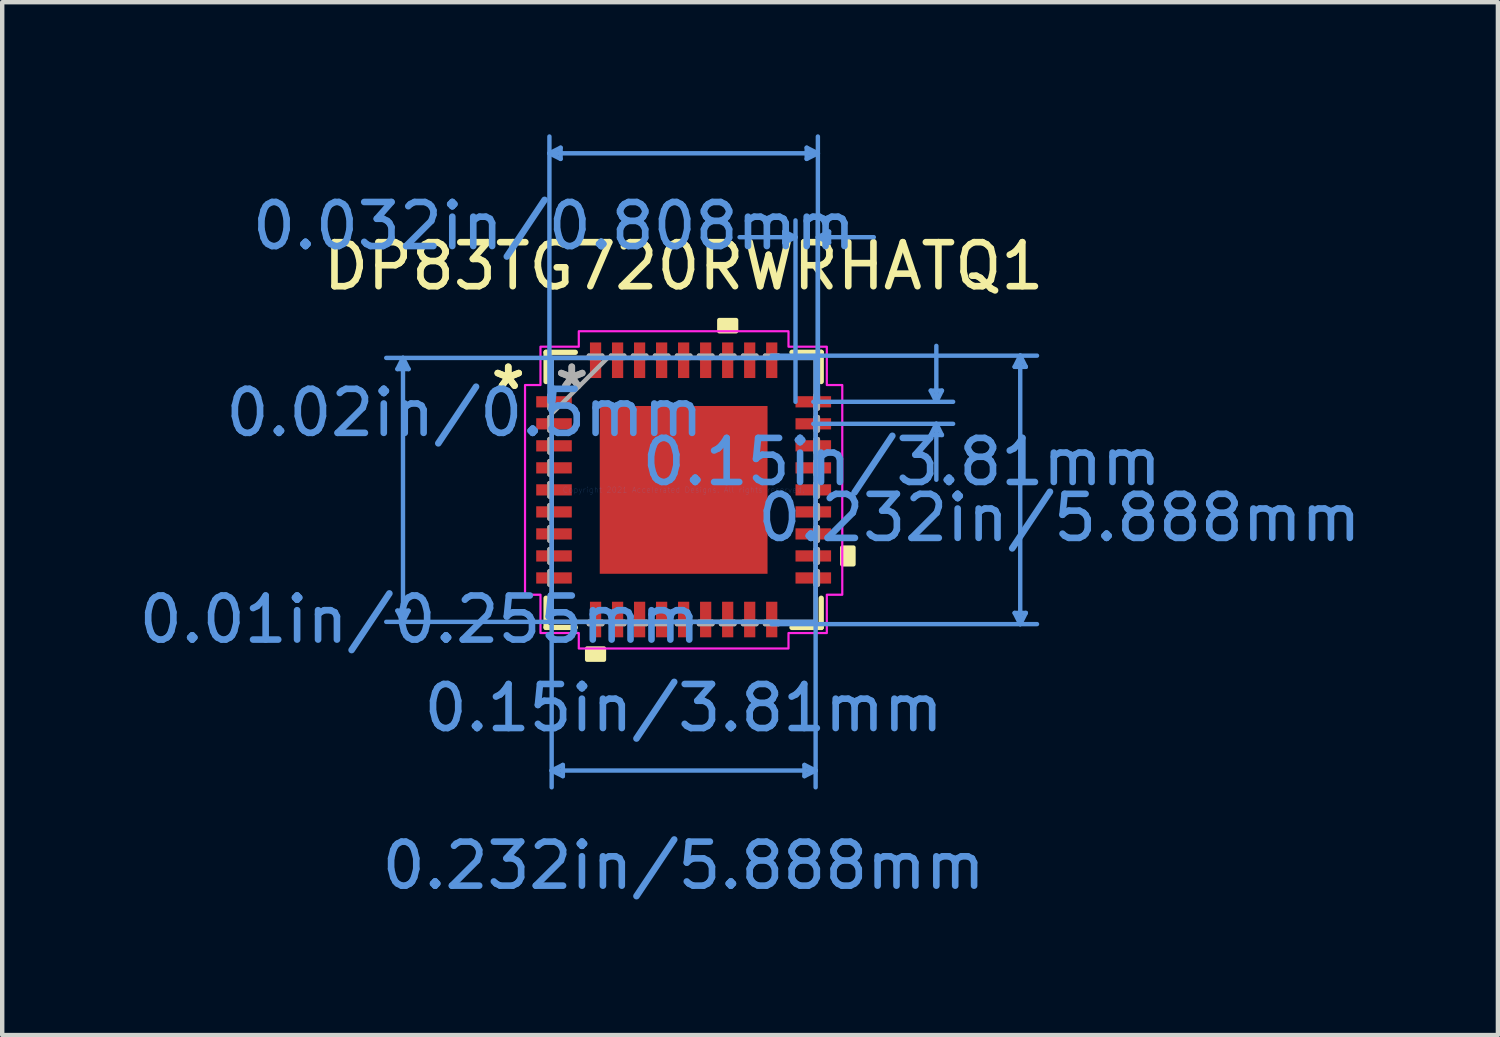
<source format=kicad_pcb>
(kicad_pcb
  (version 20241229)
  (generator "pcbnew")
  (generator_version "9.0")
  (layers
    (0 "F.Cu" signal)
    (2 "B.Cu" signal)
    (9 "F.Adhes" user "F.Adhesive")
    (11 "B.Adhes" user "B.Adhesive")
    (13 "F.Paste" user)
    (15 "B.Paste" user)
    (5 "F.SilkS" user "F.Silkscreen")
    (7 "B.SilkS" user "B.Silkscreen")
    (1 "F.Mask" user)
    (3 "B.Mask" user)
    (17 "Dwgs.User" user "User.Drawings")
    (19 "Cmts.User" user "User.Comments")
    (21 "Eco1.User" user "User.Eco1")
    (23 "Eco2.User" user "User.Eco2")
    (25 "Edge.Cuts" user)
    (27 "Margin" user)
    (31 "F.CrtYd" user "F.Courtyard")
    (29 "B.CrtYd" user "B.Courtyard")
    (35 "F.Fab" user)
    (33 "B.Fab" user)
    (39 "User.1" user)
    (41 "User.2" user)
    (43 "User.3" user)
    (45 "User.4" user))
  (footprint "DP83TG720RWRHATQ1"
    (layer "F.Cu")
    (at 12.474 8.074)
    (property "Reference" "DP83TG720RWRHATQ1" (at 0 -5.08 0) (layer "F.SilkS") (effects (font (size 1 1) (thickness 0.15))))
    (attr smd)
    (fp_line (start -3.124 -3.124) (end -3.124 -2.46) (stroke (width 0.12) (type solid)) (layer "F.SilkS"))
    (fp_line (start -3.124 2.46) (end -3.124 3.124) (stroke (width 0.12) (type solid)) (layer "F.SilkS"))
    (fp_line (start -3.124 3.124) (end -2.46 3.124) (stroke (width 0.12) (type solid)) (layer "F.SilkS"))
    (fp_line (start -2.46 -3.124) (end -3.124 -3.124) (stroke (width 0.12) (type solid)) (layer "F.SilkS"))
    (fp_line (start 2.46 3.124) (end 3.124 3.124) (stroke (width 0.12) (type solid)) (layer "F.SilkS"))
    (fp_line (start 3.124 -3.124) (end 2.46 -3.124) (stroke (width 0.12) (type solid)) (layer "F.SilkS"))
    (fp_line (start 3.124 -2.46) (end 3.124 -3.124) (stroke (width 0.12) (type solid)) (layer "F.SilkS"))
    (fp_line (start 3.124 3.124) (end 3.124 2.46) (stroke (width 0.12) (type solid)) (layer "F.SilkS"))
    (fp_poly (pts (xy -2.191 3.602) (xy -2.191 3.856) (xy -1.81 3.856) (xy -1.81 3.602)) (stroke (width 0.1) (type solid)) (fill yes) (layer "F.SilkS"))
    (fp_poly (pts (xy 0.81 -3.602) (xy 0.81 -3.856) (xy 1.191 -3.856) (xy 1.191 -3.602)) (stroke (width 0.1) (type solid)) (fill yes) (layer "F.SilkS"))
    (fp_poly (pts (xy 3.856 1.31) (xy 3.856 1.69) (xy 3.602 1.69) (xy 3.602 1.31)) (stroke (width 0.1) (type solid)) (fill yes) (layer "F.SilkS"))
    (fp_poly (pts (xy -1.805 -1.805) (xy -1.805 -0.735) (xy -0.735 -0.735) (xy -0.735 -1.805)) (stroke (width 0.1) (type solid)) (fill yes) (layer "F.Paste"))
    (fp_poly (pts (xy -1.805 -0.535) (xy -1.805 0.535) (xy -0.735 0.535) (xy -0.735 -0.535)) (stroke (width 0.1) (type solid)) (fill yes) (layer "F.Paste"))
    (fp_poly (pts (xy -1.805 0.735) (xy -1.805 1.805) (xy -0.735 1.805) (xy -0.735 0.735)) (stroke (width 0.1) (type solid)) (fill yes) (layer "F.Paste"))
    (fp_poly (pts (xy -0.535 -1.805) (xy -0.535 -0.735) (xy 0.535 -0.735) (xy 0.535 -1.805)) (stroke (width 0.1) (type solid)) (fill yes) (layer "F.Paste"))
    (fp_poly (pts (xy -0.535 -0.535) (xy -0.535 0.535) (xy 0.535 0.535) (xy 0.535 -0.535)) (stroke (width 0.1) (type solid)) (fill yes) (layer "F.Paste"))
    (fp_poly (pts (xy -0.535 0.735) (xy -0.535 1.805) (xy 0.535 1.805) (xy 0.535 0.735)) (stroke (width 0.1) (type solid)) (fill yes) (layer "F.Paste"))
    (fp_poly (pts (xy 0.735 -1.805) (xy 0.735 -0.735) (xy 1.805 -0.735) (xy 1.805 -1.805)) (stroke (width 0.1) (type solid)) (fill yes) (layer "F.Paste"))
    (fp_poly (pts (xy 0.735 -0.535) (xy 0.735 0.535) (xy 1.805 0.535) (xy 1.805 -0.535)) (stroke (width 0.1) (type solid)) (fill yes) (layer "F.Paste"))
    (fp_poly (pts (xy 0.735 0.735) (xy 0.735 1.805) (xy 1.805 1.805) (xy 1.805 0.735)) (stroke (width 0.1) (type solid)) (fill yes) (layer "F.Paste"))
    (fp_line (start -6.5 -2.743) (end -6.246 -2.743) (stroke (width 0.1) (type solid)) (layer "Cmts.User"))
    (fp_line (start -6.5 2.743) (end -6.246 2.743) (stroke (width 0.1) (type solid)) (layer "Cmts.User"))
    (fp_line (start -6.373 -2.997) (end -6.5 -2.743) (stroke (width 0.1) (type solid)) (layer "Cmts.User"))
    (fp_line (start -6.373 -2.997) (end -6.373 2.997) (stroke (width 0.1) (type solid)) (layer "Cmts.User"))
    (fp_line (start -6.373 -2.997) (end -6.246 -2.743) (stroke (width 0.1) (type solid)) (layer "Cmts.User"))
    (fp_line (start -6.373 2.997) (end -6.5 2.743) (stroke (width 0.1) (type solid)) (layer "Cmts.User"))
    (fp_line (start -6.373 2.997) (end -6.246 2.743) (stroke (width 0.1) (type solid)) (layer "Cmts.User"))
    (fp_line (start -3.048 -7.643) (end -2.794 -7.77) (stroke (width 0.1) (type solid)) (layer "Cmts.User"))
    (fp_line (start -3.048 -7.643) (end -2.794 -7.516) (stroke (width 0.1) (type solid)) (layer "Cmts.User"))
    (fp_line (start -3.048 -7.643) (end 3.048 -7.643) (stroke (width 0.1) (type solid)) (layer "Cmts.User"))
    (fp_line (start -3.048 -2) (end -3.048 -8.024) (stroke (width 0.1) (type solid)) (layer "Cmts.User"))
    (fp_line (start -2.997 -2.997) (end -2.997 6.754) (stroke (width 0.1) (type solid)) (layer "Cmts.User"))
    (fp_line (start -2.997 6.373) (end -2.743 6.246) (stroke (width 0.1) (type solid)) (layer "Cmts.User"))
    (fp_line (start -2.997 6.373) (end -2.743 6.5) (stroke (width 0.1) (type solid)) (layer "Cmts.User"))
    (fp_line (start -2.997 6.373) (end 2.997 6.373) (stroke (width 0.1) (type solid)) (layer "Cmts.User"))
    (fp_line (start -2.794 -7.77) (end -2.794 -7.516) (stroke (width 0.1) (type solid)) (layer "Cmts.User"))
    (fp_line (start -2.743 6.246) (end -2.743 6.5) (stroke (width 0.1) (type solid)) (layer "Cmts.User"))
    (fp_line (start 2 -3.048) (end 8.024 -3.048) (stroke (width 0.1) (type solid)) (layer "Cmts.User"))
    (fp_line (start 2 3.048) (end 8.024 3.048) (stroke (width 0.1) (type solid)) (layer "Cmts.User"))
    (fp_line (start 2.286 -5.865) (end 2.286 -5.611) (stroke (width 0.1) (type solid)) (layer "Cmts.User"))
    (fp_line (start 2.54 -5.738) (end 1.27 -5.738) (stroke (width 0.1) (type solid)) (layer "Cmts.User"))
    (fp_line (start 2.54 -5.738) (end 2.286 -5.865) (stroke (width 0.1) (type solid)) (layer "Cmts.User"))
    (fp_line (start 2.54 -5.738) (end 2.286 -5.611) (stroke (width 0.1) (type solid)) (layer "Cmts.User"))
    (fp_line (start 2.54 -2) (end 2.54 -6.119) (stroke (width 0.1) (type solid)) (layer "Cmts.User"))
    (fp_line (start 2.743 6.246) (end 2.743 6.5) (stroke (width 0.1) (type solid)) (layer "Cmts.User"))
    (fp_line (start 2.794 -7.77) (end 2.794 -7.516) (stroke (width 0.1) (type solid)) (layer "Cmts.User"))
    (fp_line (start 2.944 -2) (end 6.119 -2) (stroke (width 0.1) (type solid)) (layer "Cmts.User"))
    (fp_line (start 2.944 -1.5) (end 6.119 -1.5) (stroke (width 0.1) (type solid)) (layer "Cmts.User"))
    (fp_line (start 2.997 -2.997) (end -6.754 -2.997) (stroke (width 0.1) (type solid)) (layer "Cmts.User"))
    (fp_line (start 2.997 -2.997) (end 2.997 6.754) (stroke (width 0.1) (type solid)) (layer "Cmts.User"))
    (fp_line (start 2.997 2.997) (end -6.754 2.997) (stroke (width 0.1) (type solid)) (layer "Cmts.User"))
    (fp_line (start 2.997 6.373) (end 2.743 6.246) (stroke (width 0.1) (type solid)) (layer "Cmts.User"))
    (fp_line (start 2.997 6.373) (end 2.743 6.5) (stroke (width 0.1) (type solid)) (layer "Cmts.User"))
    (fp_line (start 3.048 -7.643) (end 2.794 -7.77) (stroke (width 0.1) (type solid)) (layer "Cmts.User"))
    (fp_line (start 3.048 -7.643) (end 2.794 -7.516) (stroke (width 0.1) (type solid)) (layer "Cmts.User"))
    (fp_line (start 3.048 -5.738) (end 3.302 -5.865) (stroke (width 0.1) (type solid)) (layer "Cmts.User"))
    (fp_line (start 3.048 -5.738) (end 3.302 -5.611) (stroke (width 0.1) (type solid)) (layer "Cmts.User"))
    (fp_line (start 3.048 -5.738) (end 4.318 -5.738) (stroke (width 0.1) (type solid)) (layer "Cmts.User"))
    (fp_line (start 3.048 -2) (end 3.048 -8.024) (stroke (width 0.1) (type solid)) (layer "Cmts.User"))
    (fp_line (start 3.048 -2) (end 3.048 -6.119) (stroke (width 0.1) (type solid)) (layer "Cmts.User"))
    (fp_line (start 3.302 -5.865) (end 3.302 -5.611) (stroke (width 0.1) (type solid)) (layer "Cmts.User"))
    (fp_line (start 5.611 -2.254) (end 5.865 -2.254) (stroke (width 0.1) (type solid)) (layer "Cmts.User"))
    (fp_line (start 5.611 -1.246) (end 5.865 -1.246) (stroke (width 0.1) (type solid)) (layer "Cmts.User"))
    (fp_line (start 5.738 -2) (end 5.611 -2.254) (stroke (width 0.1) (type solid)) (layer "Cmts.User"))
    (fp_line (start 5.738 -2) (end 5.738 -3.27) (stroke (width 0.1) (type solid)) (layer "Cmts.User"))
    (fp_line (start 5.738 -2) (end 5.865 -2.254) (stroke (width 0.1) (type solid)) (layer "Cmts.User"))
    (fp_line (start 5.738 -1.5) (end 5.611 -1.246) (stroke (width 0.1) (type solid)) (layer "Cmts.User"))
    (fp_line (start 5.738 -1.5) (end 5.738 -0.23) (stroke (width 0.1) (type solid)) (layer "Cmts.User"))
    (fp_line (start 5.738 -1.5) (end 5.865 -1.246) (stroke (width 0.1) (type solid)) (layer "Cmts.User"))
    (fp_line (start 7.516 -2.794) (end 7.77 -2.794) (stroke (width 0.1) (type solid)) (layer "Cmts.User"))
    (fp_line (start 7.516 2.794) (end 7.77 2.794) (stroke (width 0.1) (type solid)) (layer "Cmts.User"))
    (fp_line (start 7.643 -3.048) (end 7.516 -2.794) (stroke (width 0.1) (type solid)) (layer "Cmts.User"))
    (fp_line (start 7.643 -3.048) (end 7.643 3.048) (stroke (width 0.1) (type solid)) (layer "Cmts.User"))
    (fp_line (start 7.643 -3.048) (end 7.77 -2.794) (stroke (width 0.1) (type solid)) (layer "Cmts.User"))
    (fp_line (start 7.643 3.048) (end 7.516 2.794) (stroke (width 0.1) (type solid)) (layer "Cmts.User"))
    (fp_line (start 7.643 3.048) (end 7.77 2.794) (stroke (width 0.1) (type solid)) (layer "Cmts.User"))
    (fp_poly (pts (xy -2.381 -3.602) (xy 2.381 -3.602) (xy 2.381 -3.251) (xy 3.251 -3.251) (xy 3.251 -2.381) (xy 3.602 -2.381) (xy 3.602 2.381) (xy 3.251 2.381) (xy 3.251 3.251) (xy 2.381 3.251) (xy 2.381 3.602) (xy -2.381 3.602) (xy -2.381 3.251) (xy -3.251 3.251) (xy -3.251 2.381) (xy -3.602 2.381) (xy -3.602 -2.381) (xy -3.251 -2.381) (xy -3.251 -3.251) (xy -2.381 -3.251)) (stroke (width 0.05) (type solid)) (fill no) (layer "F.CrtYd"))
    (fp_line (start -3.048 -2.152) (end -3.048 -1.848) (stroke (width 0.1) (type solid)) (layer "F.Fab"))
    (fp_line (start -3.048 -1.848) (end -2.997 -1.848) (stroke (width 0.1) (type solid)) (layer "F.Fab"))
    (fp_line (start -3.048 -1.652) (end -3.048 -1.348) (stroke (width 0.1) (type solid)) (layer "F.Fab"))
    (fp_line (start -3.048 -1.348) (end -2.997 -1.348) (stroke (width 0.1) (type solid)) (layer "F.Fab"))
    (fp_line (start -3.048 -1.152) (end -3.048 -0.848) (stroke (width 0.1) (type solid)) (layer "F.Fab"))
    (fp_line (start -3.048 -0.848) (end -2.997 -0.848) (stroke (width 0.1) (type solid)) (layer "F.Fab"))
    (fp_line (start -3.048 -0.652) (end -3.048 -0.348) (stroke (width 0.1) (type solid)) (layer "F.Fab"))
    (fp_line (start -3.048 -0.348) (end -2.997 -0.348) (stroke (width 0.1) (type solid)) (layer "F.Fab"))
    (fp_line (start -3.048 -0.152) (end -3.048 0.152) (stroke (width 0.1) (type solid)) (layer "F.Fab"))
    (fp_line (start -3.048 0.152) (end -2.997 0.152) (stroke (width 0.1) (type solid)) (layer "F.Fab"))
    (fp_line (start -3.048 0.348) (end -3.048 0.652) (stroke (width 0.1) (type solid)) (layer "F.Fab"))
    (fp_line (start -3.048 0.652) (end -2.997 0.652) (stroke (width 0.1) (type solid)) (layer "F.Fab"))
    (fp_line (start -3.048 0.848) (end -3.048 1.152) (stroke (width 0.1) (type solid)) (layer "F.Fab"))
    (fp_line (start -3.048 1.152) (end -2.997 1.152) (stroke (width 0.1) (type solid)) (layer "F.Fab"))
    (fp_line (start -3.048 1.348) (end -3.048 1.652) (stroke (width 0.1) (type solid)) (layer "F.Fab"))
    (fp_line (start -3.048 1.652) (end -2.997 1.652) (stroke (width 0.1) (type solid)) (layer "F.Fab"))
    (fp_line (start -3.048 1.848) (end -3.048 2.152) (stroke (width 0.1) (type solid)) (layer "F.Fab"))
    (fp_line (start -3.048 2.152) (end -2.997 2.152) (stroke (width 0.1) (type solid)) (layer "F.Fab"))
    (fp_line (start -2.997 -2.997) (end -2.997 -2.997) (stroke (width 0.1) (type solid)) (layer "F.Fab"))
    (fp_line (start -2.997 -2.997) (end -2.997 2.997) (stroke (width 0.1) (type solid)) (layer "F.Fab"))
    (fp_line (start -2.997 -2.152) (end -3.048 -2.152) (stroke (width 0.1) (type solid)) (layer "F.Fab"))
    (fp_line (start -2.997 -1.848) (end -2.997 -2.152) (stroke (width 0.1) (type solid)) (layer "F.Fab"))
    (fp_line (start -2.997 -1.727) (end -1.727 -2.997) (stroke (width 0.1) (type solid)) (layer "F.Fab"))
    (fp_line (start -2.997 -1.652) (end -3.048 -1.652) (stroke (width 0.1) (type solid)) (layer "F.Fab"))
    (fp_line (start -2.997 -1.348) (end -2.997 -1.652) (stroke (width 0.1) (type solid)) (layer "F.Fab"))
    (fp_line (start -2.997 -1.152) (end -3.048 -1.152) (stroke (width 0.1) (type solid)) (layer "F.Fab"))
    (fp_line (start -2.997 -0.848) (end -2.997 -1.152) (stroke (width 0.1) (type solid)) (layer "F.Fab"))
    (fp_line (start -2.997 -0.652) (end -3.048 -0.652) (stroke (width 0.1) (type solid)) (layer "F.Fab"))
    (fp_line (start -2.997 -0.348) (end -2.997 -0.652) (stroke (width 0.1) (type solid)) (layer "F.Fab"))
    (fp_line (start -2.997 -0.152) (end -3.048 -0.152) (stroke (width 0.1) (type solid)) (layer "F.Fab"))
    (fp_line (start -2.997 0.152) (end -2.997 -0.152) (stroke (width 0.1) (type solid)) (layer "F.Fab"))
    (fp_line (start -2.997 0.348) (end -3.048 0.348) (stroke (width 0.1) (type solid)) (layer "F.Fab"))
    (fp_line (start -2.997 0.652) (end -2.997 0.348) (stroke (width 0.1) (type solid)) (layer "F.Fab"))
    (fp_line (start -2.997 0.848) (end -3.048 0.848) (stroke (width 0.1) (type solid)) (layer "F.Fab"))
    (fp_line (start -2.997 1.152) (end -2.997 0.848) (stroke (width 0.1) (type solid)) (layer "F.Fab"))
    (fp_line (start -2.997 1.348) (end -3.048 1.348) (stroke (width 0.1) (type solid)) (layer "F.Fab"))
    (fp_line (start -2.997 1.652) (end -2.997 1.348) (stroke (width 0.1) (type solid)) (layer "F.Fab"))
    (fp_line (start -2.997 1.848) (end -3.048 1.848) (stroke (width 0.1) (type solid)) (layer "F.Fab"))
    (fp_line (start -2.997 2.152) (end -2.997 1.848) (stroke (width 0.1) (type solid)) (layer "F.Fab"))
    (fp_line (start -2.997 2.997) (end -2.997 2.997) (stroke (width 0.1) (type solid)) (layer "F.Fab"))
    (fp_line (start -2.997 2.997) (end 2.997 2.997) (stroke (width 0.1) (type solid)) (layer "F.Fab"))
    (fp_line (start -2.152 -3.048) (end -2.152 -2.997) (stroke (width 0.1) (type solid)) (layer "F.Fab"))
    (fp_line (start -2.152 -2.997) (end -1.848 -2.997) (stroke (width 0.1) (type solid)) (layer "F.Fab"))
    (fp_line (start -2.152 2.997) (end -2.152 3.048) (stroke (width 0.1) (type solid)) (layer "F.Fab"))
    (fp_line (start -2.152 3.048) (end -1.848 3.048) (stroke (width 0.1) (type solid)) (layer "F.Fab"))
    (fp_line (start -1.848 -3.048) (end -2.152 -3.048) (stroke (width 0.1) (type solid)) (layer "F.Fab"))
    (fp_line (start -1.848 -2.997) (end -1.848 -3.048) (stroke (width 0.1) (type solid)) (layer "F.Fab"))
    (fp_line (start -1.848 2.997) (end -2.152 2.997) (stroke (width 0.1) (type solid)) (layer "F.Fab"))
    (fp_line (start -1.848 3.048) (end -1.848 2.997) (stroke (width 0.1) (type solid)) (layer "F.Fab"))
    (fp_line (start -1.652 -3.048) (end -1.652 -2.997) (stroke (width 0.1) (type solid)) (layer "F.Fab"))
    (fp_line (start -1.652 -2.997) (end -1.348 -2.997) (stroke (width 0.1) (type solid)) (layer "F.Fab"))
    (fp_line (start -1.652 2.997) (end -1.652 3.048) (stroke (width 0.1) (type solid)) (layer "F.Fab"))
    (fp_line (start -1.652 3.048) (end -1.348 3.048) (stroke (width 0.1) (type solid)) (layer "F.Fab"))
    (fp_line (start -1.348 -3.048) (end -1.652 -3.048) (stroke (width 0.1) (type solid)) (layer "F.Fab"))
    (fp_line (start -1.348 -2.997) (end -1.348 -3.048) (stroke (width 0.1) (type solid)) (layer "F.Fab"))
    (fp_line (start -1.348 2.997) (end -1.652 2.997) (stroke (width 0.1) (type solid)) (layer "F.Fab"))
    (fp_line (start -1.348 3.048) (end -1.348 2.997) (stroke (width 0.1) (type solid)) (layer "F.Fab"))
    (fp_line (start -1.152 -3.048) (end -1.152 -2.997) (stroke (width 0.1) (type solid)) (layer "F.Fab"))
    (fp_line (start -1.152 -2.997) (end -0.848 -2.997) (stroke (width 0.1) (type solid)) (layer "F.Fab"))
    (fp_line (start -1.152 2.997) (end -1.152 3.048) (stroke (width 0.1) (type solid)) (layer "F.Fab"))
    (fp_line (start -1.152 3.048) (end -0.848 3.048) (stroke (width 0.1) (type solid)) (layer "F.Fab"))
    (fp_line (start -0.848 -3.048) (end -1.152 -3.048) (stroke (width 0.1) (type solid)) (layer "F.Fab"))
    (fp_line (start -0.848 -2.997) (end -0.848 -3.048) (stroke (width 0.1) (type solid)) (layer "F.Fab"))
    (fp_line (start -0.848 2.997) (end -1.152 2.997) (stroke (width 0.1) (type solid)) (layer "F.Fab"))
    (fp_line (start -0.848 3.048) (end -0.848 2.997) (stroke (width 0.1) (type solid)) (layer "F.Fab"))
    (fp_line (start -0.652 -3.048) (end -0.652 -2.997) (stroke (width 0.1) (type solid)) (layer "F.Fab"))
    (fp_line (start -0.652 -2.997) (end -0.348 -2.997) (stroke (width 0.1) (type solid)) (layer "F.Fab"))
    (fp_line (start -0.652 2.997) (end -0.652 3.048) (stroke (width 0.1) (type solid)) (layer "F.Fab"))
    (fp_line (start -0.652 3.048) (end -0.348 3.048) (stroke (width 0.1) (type solid)) (layer "F.Fab"))
    (fp_line (start -0.348 -3.048) (end -0.652 -3.048) (stroke (width 0.1) (type solid)) (layer "F.Fab"))
    (fp_line (start -0.348 -2.997) (end -0.348 -3.048) (stroke (width 0.1) (type solid)) (layer "F.Fab"))
    (fp_line (start -0.348 2.997) (end -0.652 2.997) (stroke (width 0.1) (type solid)) (layer "F.Fab"))
    (fp_line (start -0.348 3.048) (end -0.348 2.997) (stroke (width 0.1) (type solid)) (layer "F.Fab"))
    (fp_line (start -0.152 -3.048) (end -0.152 -2.997) (stroke (width 0.1) (type solid)) (layer "F.Fab"))
    (fp_line (start -0.152 -2.997) (end 0.152 -2.997) (stroke (width 0.1) (type solid)) (layer "F.Fab"))
    (fp_line (start -0.152 2.997) (end -0.152 3.048) (stroke (width 0.1) (type solid)) (layer "F.Fab"))
    (fp_line (start -0.152 3.048) (end 0.152 3.048) (stroke (width 0.1) (type solid)) (layer "F.Fab"))
    (fp_line (start 0.152 -3.048) (end -0.152 -3.048) (stroke (width 0.1) (type solid)) (layer "F.Fab"))
    (fp_line (start 0.152 -2.997) (end 0.152 -3.048) (stroke (width 0.1) (type solid)) (layer "F.Fab"))
    (fp_line (start 0.152 2.997) (end -0.152 2.997) (stroke (width 0.1) (type solid)) (layer "F.Fab"))
    (fp_line (start 0.152 3.048) (end 0.152 2.997) (stroke (width 0.1) (type solid)) (layer "F.Fab"))
    (fp_line (start 0.348 -3.048) (end 0.348 -2.997) (stroke (width 0.1) (type solid)) (layer "F.Fab"))
    (fp_line (start 0.348 -2.997) (end 0.652 -2.997) (stroke (width 0.1) (type solid)) (layer "F.Fab"))
    (fp_line (start 0.348 2.997) (end 0.348 3.048) (stroke (width 0.1) (type solid)) (layer "F.Fab"))
    (fp_line (start 0.348 3.048) (end 0.652 3.048) (stroke (width 0.1) (type solid)) (layer "F.Fab"))
    (fp_line (start 0.652 -3.048) (end 0.348 -3.048) (stroke (width 0.1) (type solid)) (layer "F.Fab"))
    (fp_line (start 0.652 -2.997) (end 0.652 -3.048) (stroke (width 0.1) (type solid)) (layer "F.Fab"))
    (fp_line (start 0.652 2.997) (end 0.348 2.997) (stroke (width 0.1) (type solid)) (layer "F.Fab"))
    (fp_line (start 0.652 3.048) (end 0.652 2.997) (stroke (width 0.1) (type solid)) (layer "F.Fab"))
    (fp_line (start 0.848 -3.048) (end 0.848 -2.997) (stroke (width 0.1) (type solid)) (layer "F.Fab"))
    (fp_line (start 0.848 -2.997) (end 1.152 -2.997) (stroke (width 0.1) (type solid)) (layer "F.Fab"))
    (fp_line (start 0.848 2.997) (end 0.848 3.048) (stroke (width 0.1) (type solid)) (layer "F.Fab"))
    (fp_line (start 0.848 3.048) (end 1.152 3.048) (stroke (width 0.1) (type solid)) (layer "F.Fab"))
    (fp_line (start 1.152 -3.048) (end 0.848 -3.048) (stroke (width 0.1) (type solid)) (layer "F.Fab"))
    (fp_line (start 1.152 -2.997) (end 1.152 -3.048) (stroke (width 0.1) (type solid)) (layer "F.Fab"))
    (fp_line (start 1.152 2.997) (end 0.848 2.997) (stroke (width 0.1) (type solid)) (layer "F.Fab"))
    (fp_line (start 1.152 3.048) (end 1.152 2.997) (stroke (width 0.1) (type solid)) (layer "F.Fab"))
    (fp_line (start 1.348 -3.048) (end 1.348 -2.997) (stroke (width 0.1) (type solid)) (layer "F.Fab"))
    (fp_line (start 1.348 -2.997) (end 1.652 -2.997) (stroke (width 0.1) (type solid)) (layer "F.Fab"))
    (fp_line (start 1.348 2.997) (end 1.348 3.048) (stroke (width 0.1) (type solid)) (layer "F.Fab"))
    (fp_line (start 1.348 3.048) (end 1.652 3.048) (stroke (width 0.1) (type solid)) (layer "F.Fab"))
    (fp_line (start 1.652 -3.048) (end 1.348 -3.048) (stroke (width 0.1) (type solid)) (layer "F.Fab"))
    (fp_line (start 1.652 -2.997) (end 1.652 -3.048) (stroke (width 0.1) (type solid)) (layer "F.Fab"))
    (fp_line (start 1.652 2.997) (end 1.348 2.997) (stroke (width 0.1) (type solid)) (layer "F.Fab"))
    (fp_line (start 1.652 3.048) (end 1.652 2.997) (stroke (width 0.1) (type solid)) (layer "F.Fab"))
    (fp_line (start 1.848 -3.048) (end 1.848 -2.997) (stroke (width 0.1) (type solid)) (layer "F.Fab"))
    (fp_line (start 1.848 -2.997) (end 2.152 -2.997) (stroke (width 0.1) (type solid)) (layer "F.Fab"))
    (fp_line (start 1.848 2.997) (end 1.848 3.048) (stroke (width 0.1) (type solid)) (layer "F.Fab"))
    (fp_line (start 1.848 3.048) (end 2.152 3.048) (stroke (width 0.1) (type solid)) (layer "F.Fab"))
    (fp_line (start 2.152 -3.048) (end 1.848 -3.048) (stroke (width 0.1) (type solid)) (layer "F.Fab"))
    (fp_line (start 2.152 -2.997) (end 2.152 -3.048) (stroke (width 0.1) (type solid)) (layer "F.Fab"))
    (fp_line (start 2.152 2.997) (end 1.848 2.997) (stroke (width 0.1) (type solid)) (layer "F.Fab"))
    (fp_line (start 2.152 3.048) (end 2.152 2.997) (stroke (width 0.1) (type solid)) (layer "F.Fab"))
    (fp_line (start 2.997 -2.997) (end -2.997 -2.997) (stroke (width 0.1) (type solid)) (layer "F.Fab"))
    (fp_line (start 2.997 -2.997) (end 2.997 -2.997) (stroke (width 0.1) (type solid)) (layer "F.Fab"))
    (fp_line (start 2.997 -2.152) (end 2.997 -1.848) (stroke (width 0.1) (type solid)) (layer "F.Fab"))
    (fp_line (start 2.997 -1.848) (end 3.048 -1.848) (stroke (width 0.1) (type solid)) (layer "F.Fab"))
    (fp_line (start 2.997 -1.652) (end 2.997 -1.348) (stroke (width 0.1) (type solid)) (layer "F.Fab"))
    (fp_line (start 2.997 -1.348) (end 3.048 -1.348) (stroke (width 0.1) (type solid)) (layer "F.Fab"))
    (fp_line (start 2.997 -1.152) (end 2.997 -0.848) (stroke (width 0.1) (type solid)) (layer "F.Fab"))
    (fp_line (start 2.997 -0.848) (end 3.048 -0.848) (stroke (width 0.1) (type solid)) (layer "F.Fab"))
    (fp_line (start 2.997 -0.652) (end 2.997 -0.348) (stroke (width 0.1) (type solid)) (layer "F.Fab"))
    (fp_line (start 2.997 -0.348) (end 3.048 -0.348) (stroke (width 0.1) (type solid)) (layer "F.Fab"))
    (fp_line (start 2.997 -0.152) (end 2.997 0.152) (stroke (width 0.1) (type solid)) (layer "F.Fab"))
    (fp_line (start 2.997 0.152) (end 3.048 0.152) (stroke (width 0.1) (type solid)) (layer "F.Fab"))
    (fp_line (start 2.997 0.348) (end 2.997 0.652) (stroke (width 0.1) (type solid)) (layer "F.Fab"))
    (fp_line (start 2.997 0.652) (end 3.048 0.652) (stroke (width 0.1) (type solid)) (layer "F.Fab"))
    (fp_line (start 2.997 0.848) (end 2.997 1.152) (stroke (width 0.1) (type solid)) (layer "F.Fab"))
    (fp_line (start 2.997 1.152) (end 3.048 1.152) (stroke (width 0.1) (type solid)) (layer "F.Fab"))
    (fp_line (start 2.997 1.348) (end 2.997 1.652) (stroke (width 0.1) (type solid)) (layer "F.Fab"))
    (fp_line (start 2.997 1.652) (end 3.048 1.652) (stroke (width 0.1) (type solid)) (layer "F.Fab"))
    (fp_line (start 2.997 1.848) (end 2.997 2.152) (stroke (width 0.1) (type solid)) (layer "F.Fab"))
    (fp_line (start 2.997 2.152) (end 3.048 2.152) (stroke (width 0.1) (type solid)) (layer "F.Fab"))
    (fp_line (start 2.997 2.997) (end 2.997 -2.997) (stroke (width 0.1) (type solid)) (layer "F.Fab"))
    (fp_line (start 2.997 2.997) (end 2.997 2.997) (stroke (width 0.1) (type solid)) (layer "F.Fab"))
    (fp_line (start 3.048 -2.152) (end 2.997 -2.152) (stroke (width 0.1) (type solid)) (layer "F.Fab"))
    (fp_line (start 3.048 -1.848) (end 3.048 -2.152) (stroke (width 0.1) (type solid)) (layer "F.Fab"))
    (fp_line (start 3.048 -1.652) (end 2.997 -1.652) (stroke (width 0.1) (type solid)) (layer "F.Fab"))
    (fp_line (start 3.048 -1.348) (end 3.048 -1.652) (stroke (width 0.1) (type solid)) (layer "F.Fab"))
    (fp_line (start 3.048 -1.152) (end 2.997 -1.152) (stroke (width 0.1) (type solid)) (layer "F.Fab"))
    (fp_line (start 3.048 -0.848) (end 3.048 -1.152) (stroke (width 0.1) (type solid)) (layer "F.Fab"))
    (fp_line (start 3.048 -0.652) (end 2.997 -0.652) (stroke (width 0.1) (type solid)) (layer "F.Fab"))
    (fp_line (start 3.048 -0.348) (end 3.048 -0.652) (stroke (width 0.1) (type solid)) (layer "F.Fab"))
    (fp_line (start 3.048 -0.152) (end 2.997 -0.152) (stroke (width 0.1) (type solid)) (layer "F.Fab"))
    (fp_line (start 3.048 0.152) (end 3.048 -0.152) (stroke (width 0.1) (type solid)) (layer "F.Fab"))
    (fp_line (start 3.048 0.348) (end 2.997 0.348) (stroke (width 0.1) (type solid)) (layer "F.Fab"))
    (fp_line (start 3.048 0.652) (end 3.048 0.348) (stroke (width 0.1) (type solid)) (layer "F.Fab"))
    (fp_line (start 3.048 0.848) (end 2.997 0.848) (stroke (width 0.1) (type solid)) (layer "F.Fab"))
    (fp_line (start 3.048 1.152) (end 3.048 0.848) (stroke (width 0.1) (type solid)) (layer "F.Fab"))
    (fp_line (start 3.048 1.348) (end 2.997 1.348) (stroke (width 0.1) (type solid)) (layer "F.Fab"))
    (fp_line (start 3.048 1.652) (end 3.048 1.348) (stroke (width 0.1) (type solid)) (layer "F.Fab"))
    (fp_line (start 3.048 1.848) (end 2.997 1.848) (stroke (width 0.1) (type solid)) (layer "F.Fab"))
    (fp_line (start 3.048 2.152) (end 3.048 1.848) (stroke (width 0.1) (type solid)) (layer "F.Fab"))
    (fp_text user "*" (at -3.983 -2.25 0) (layer "F.SilkS") (effects (font (size 1 1) (thickness 0.15))))
    (fp_text user "*" (at -3.983 -2.25 0) (layer "F.SilkS") (effects (font (size 1 1) (thickness 0.15))))
    (fp_text user "0.01in/0.255mm" (at -5.992 2.944 0) (layer "Cmts.User") (effects (font (size 1 1) (thickness 0.15))))
    (fp_text user "0.02in/0.5mm" (at -4.976 -1.75 0) (layer "Cmts.User") (effects (font (size 1 1) (thickness 0.15))))
    (fp_text user "Copyright 2021 Accelerated Designs. All rights reserved." (at 0 0 0) (layer "Cmts.User") (effects (font (size 0.127 0.127) (thickness 0.002))))
    (fp_text user "0.232in/5.888mm" (at 8.532 0.635 0) (layer "Cmts.User") (effects (font (size 1 1) (thickness 0.15))))
    (fp_text user "0.15in/3.81mm" (at 4.953 -0.635 0) (layer "Cmts.User") (effects (font (size 1 1) (thickness 0.15))))
    (fp_text user "0.15in/3.81mm" (at 0 4.953 0) (layer "Cmts.User") (effects (font (size 1 1) (thickness 0.15))))
    (fp_text user "0.232in/5.888mm" (at 0 8.532 0) (layer "Cmts.User") (effects (font (size 1 1) (thickness 0.15))))
    (fp_text user "0.032in/0.808mm" (at -2.944 -5.992 0) (layer "Cmts.User") (effects (font (size 1 1) (thickness 0.15))))
    (fp_text user "*" (at -2.54 -2.25 0) (layer "F.Fab") (effects (font (size 1 1) (thickness 0.15))))
    (fp_text user "*" (at -2.54 -2.25 0) (layer "F.Fab") (effects (font (size 1 1) (thickness 0.15))))
    (pad "1" smd rect (at -2.944 -2 90) (size 0.255 0.808) (layers "F.Cu" "F.Mask" "F.Paste"))
    (pad "2" smd rect (at -2.944 -1.5 90) (size 0.255 0.808) (layers "F.Cu" "F.Mask" "F.Paste"))
    (pad "3" smd rect (at -2.944 -1 90) (size 0.255 0.808) (layers "F.Cu" "F.Mask" "F.Paste"))
    (pad "4" smd rect (at -2.944 -0.5 90) (size 0.255 0.808) (layers "F.Cu" "F.Mask" "F.Paste"))
    (pad "5" smd rect (at -2.944 0 90) (size 0.255 0.808) (layers "F.Cu" "F.Mask" "F.Paste"))
    (pad "6" smd rect (at -2.944 0.5 90) (size 0.255 0.808) (layers "F.Cu" "F.Mask" "F.Paste"))
    (pad "7" smd rect (at -2.944 1 90) (size 0.255 0.808) (layers "F.Cu" "F.Mask" "F.Paste"))
    (pad "8" smd rect (at -2.944 1.5 90) (size 0.255 0.808) (layers "F.Cu" "F.Mask" "F.Paste"))
    (pad "9" smd rect (at -2.944 2 90) (size 0.255 0.808) (layers "F.Cu" "F.Mask" "F.Paste"))
    (pad "10" smd rect (at -2 2.944) (size 0.255 0.808) (layers "F.Cu" "F.Mask" "F.Paste"))
    (pad "11" smd rect (at -1.5 2.944) (size 0.255 0.808) (layers "F.Cu" "F.Mask" "F.Paste"))
    (pad "12" smd rect (at -1 2.944) (size 0.255 0.808) (layers "F.Cu" "F.Mask" "F.Paste"))
    (pad "13" smd rect (at -0.5 2.944) (size 0.255 0.808) (layers "F.Cu" "F.Mask" "F.Paste"))
    (pad "14" smd rect (at 0 2.944) (size 0.255 0.808) (layers "F.Cu" "F.Mask" "F.Paste"))
    (pad "15" smd rect (at 0.5 2.944) (size 0.255 0.808) (layers "F.Cu" "F.Mask" "F.Paste"))
    (pad "16" smd rect (at 1 2.944) (size 0.255 0.808) (layers "F.Cu" "F.Mask" "F.Paste"))
    (pad "17" smd rect (at 1.5 2.944) (size 0.255 0.808) (layers "F.Cu" "F.Mask" "F.Paste"))
    (pad "18" smd rect (at 2 2.944) (size 0.255 0.808) (layers "F.Cu" "F.Mask" "F.Paste"))
    (pad "19" smd rect (at 2.944 2 90) (size 0.255 0.808) (layers "F.Cu" "F.Mask" "F.Paste"))
    (pad "20" smd rect (at 2.944 1.5 90) (size 0.255 0.808) (layers "F.Cu" "F.Mask" "F.Paste"))
    (pad "21" smd rect (at 2.944 1 90) (size 0.255 0.808) (layers "F.Cu" "F.Mask" "F.Paste"))
    (pad "22" smd rect (at 2.944 0.5 90) (size 0.255 0.808) (layers "F.Cu" "F.Mask" "F.Paste"))
    (pad "23" smd rect (at 2.944 0 90) (size 0.255 0.808) (layers "F.Cu" "F.Mask" "F.Paste"))
    (pad "24" smd rect (at 2.944 -0.5 90) (size 0.255 0.808) (layers "F.Cu" "F.Mask" "F.Paste"))
    (pad "25" smd rect (at 2.944 -1 90) (size 0.255 0.808) (layers "F.Cu" "F.Mask" "F.Paste"))
    (pad "26" smd rect (at 2.944 -1.5 90) (size 0.255 0.808) (layers "F.Cu" "F.Mask" "F.Paste"))
    (pad "27" smd rect (at 2.944 -2 90) (size 0.255 0.808) (layers "F.Cu" "F.Mask" "F.Paste"))
    (pad "28" smd rect (at 2 -2.944) (size 0.255 0.808) (layers "F.Cu" "F.Mask" "F.Paste"))
    (pad "29" smd rect (at 1.5 -2.944) (size 0.255 0.808) (layers "F.Cu" "F.Mask" "F.Paste"))
    (pad "30" smd rect (at 1 -2.944) (size 0.255 0.808) (layers "F.Cu" "F.Mask" "F.Paste"))
    (pad "31" smd rect (at 0.5 -2.944) (size 0.255 0.808) (layers "F.Cu" "F.Mask" "F.Paste"))
    (pad "32" smd rect (at 0 -2.944) (size 0.255 0.808) (layers "F.Cu" "F.Mask" "F.Paste"))
    (pad "33" smd rect (at -0.5 -2.944) (size 0.255 0.808) (layers "F.Cu" "F.Mask" "F.Paste"))
    (pad "34" smd rect (at -1 -2.944) (size 0.255 0.808) (layers "F.Cu" "F.Mask" "F.Paste"))
    (pad "35" smd rect (at -1.5 -2.944) (size 0.255 0.808) (layers "F.Cu" "F.Mask" "F.Paste"))
    (pad "36" smd rect (at -2 -2.944) (size 0.255 0.808) (layers "F.Cu" "F.Mask" "F.Paste"))
    (pad "37" smd rect (at 0 0) (size 3.81 3.81) (layers "F.Cu" "F.Mask")))
  (gr_rect
    (start -3 -3)
    (end 30.964 20.454)
    (stroke (width 0.1) (type default))
    (fill no)
    (layer "Edge.Cuts")))
</source>
